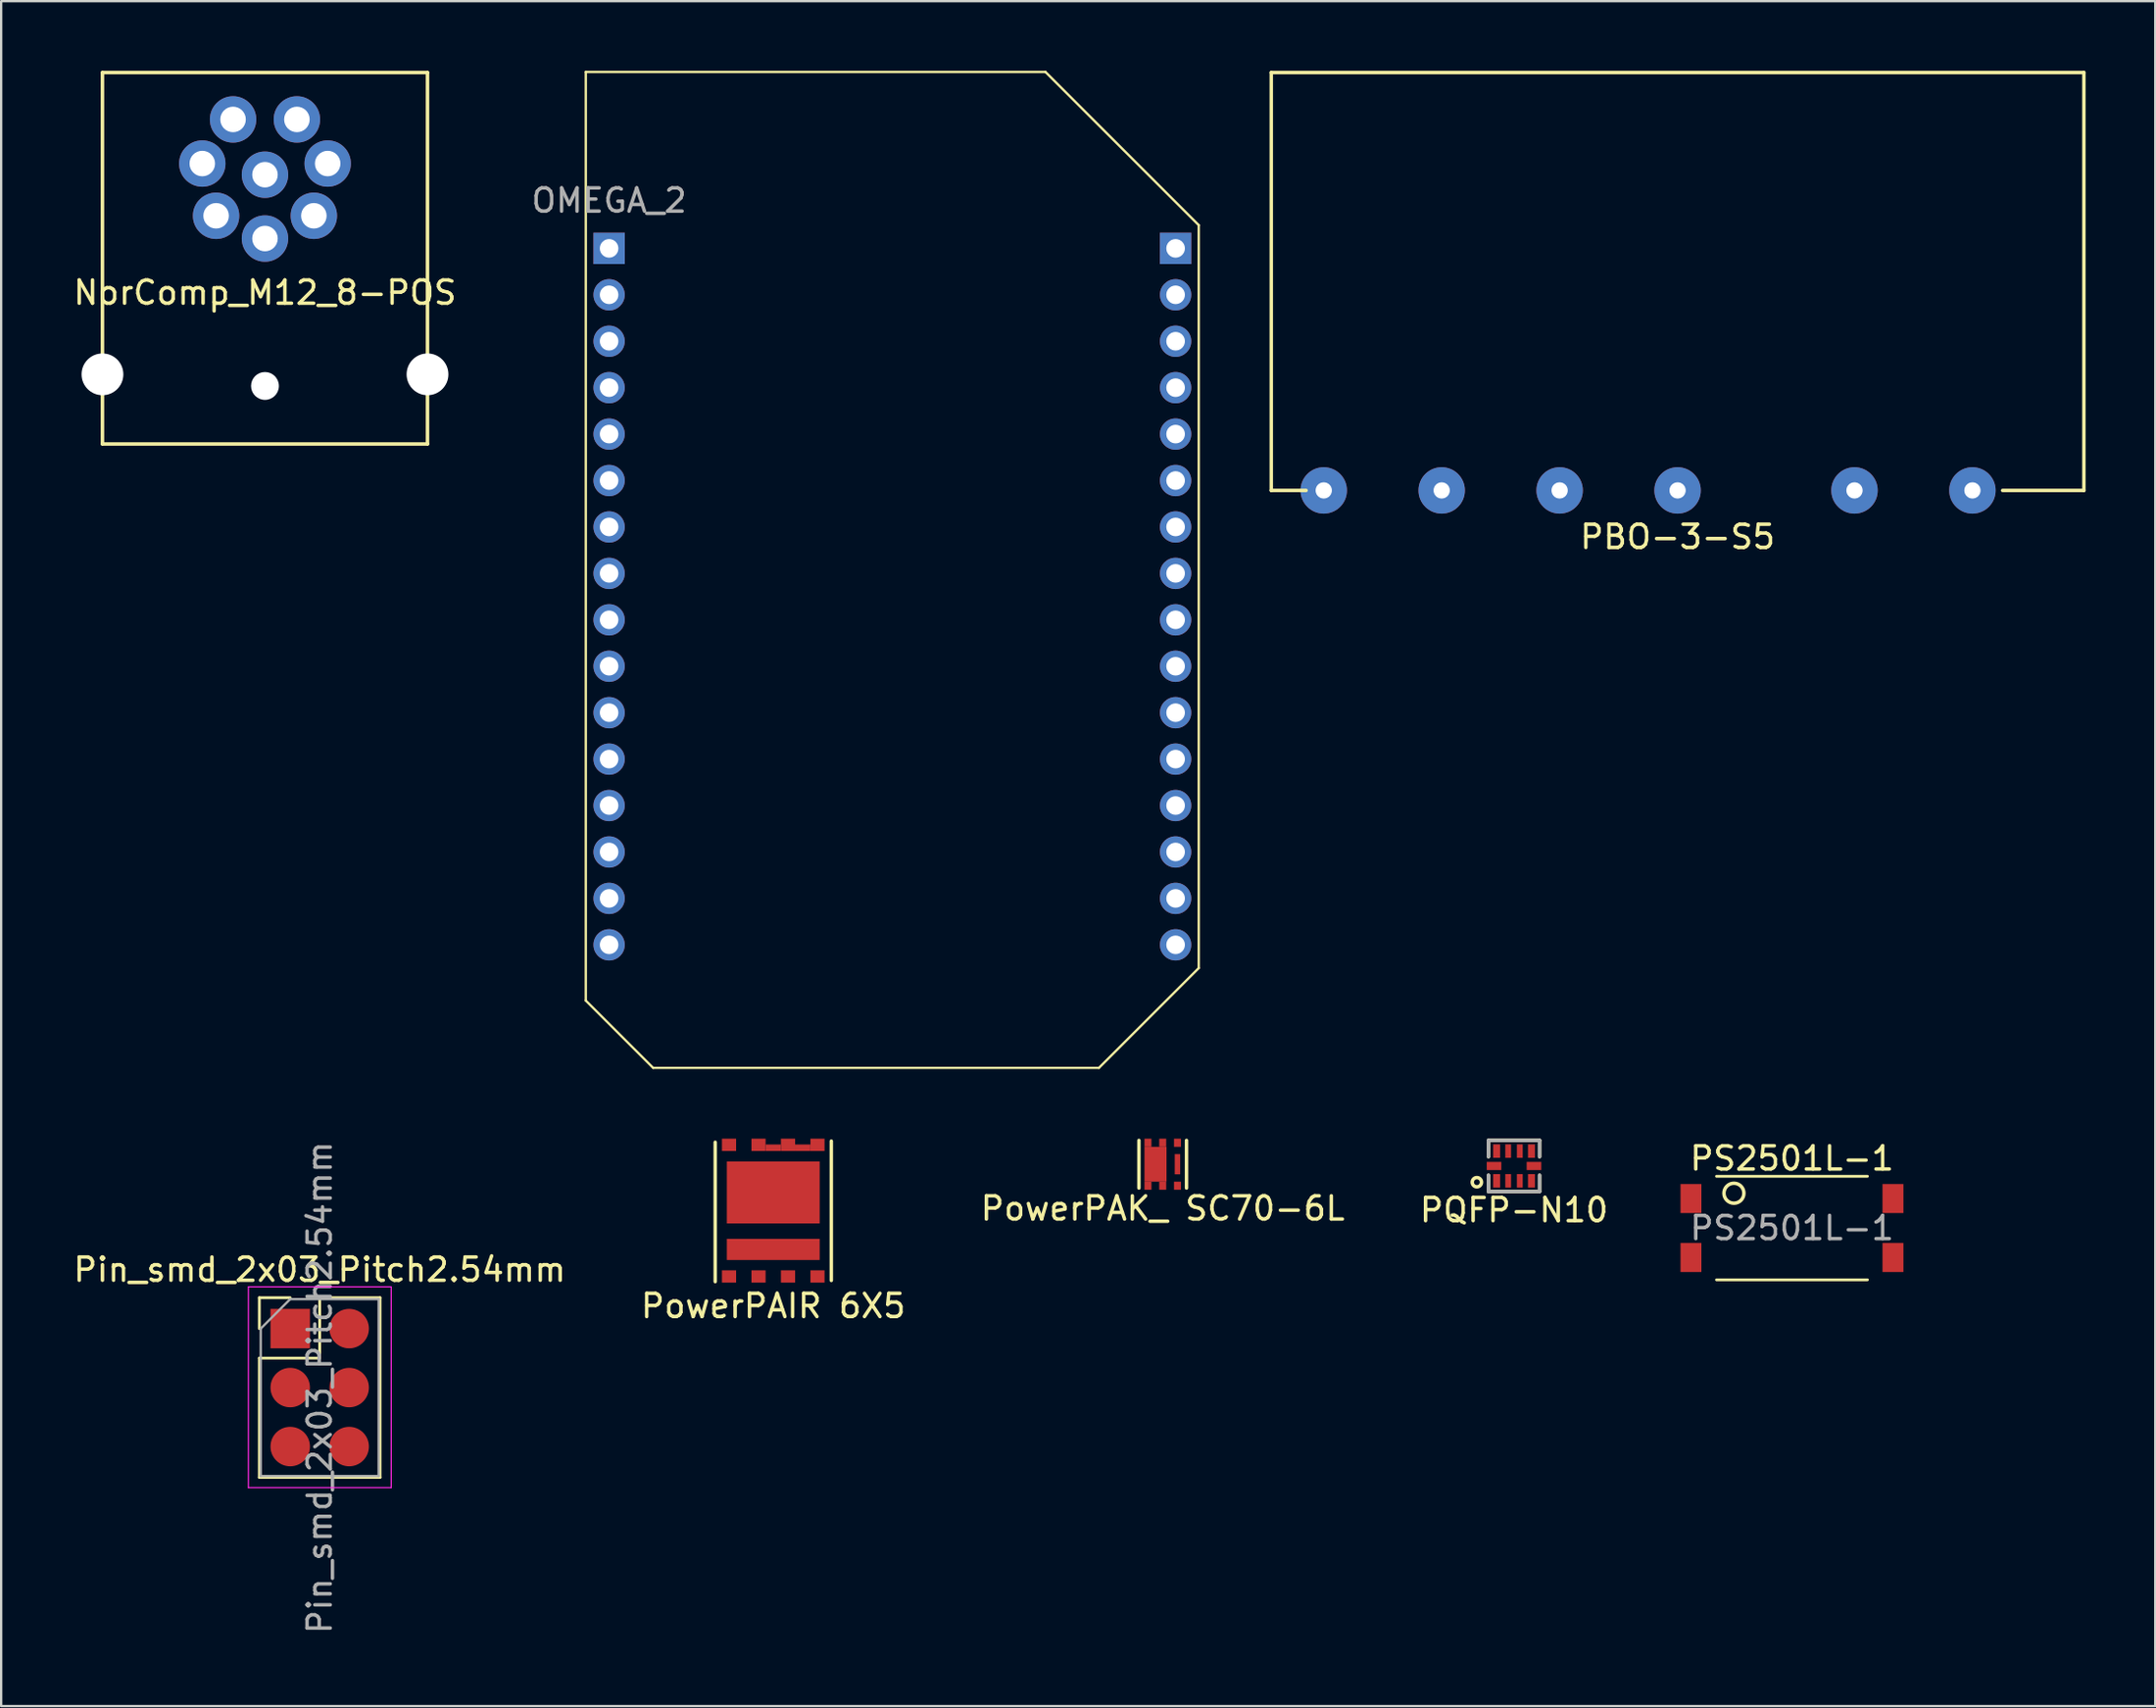
<source format=kicad_pcb>
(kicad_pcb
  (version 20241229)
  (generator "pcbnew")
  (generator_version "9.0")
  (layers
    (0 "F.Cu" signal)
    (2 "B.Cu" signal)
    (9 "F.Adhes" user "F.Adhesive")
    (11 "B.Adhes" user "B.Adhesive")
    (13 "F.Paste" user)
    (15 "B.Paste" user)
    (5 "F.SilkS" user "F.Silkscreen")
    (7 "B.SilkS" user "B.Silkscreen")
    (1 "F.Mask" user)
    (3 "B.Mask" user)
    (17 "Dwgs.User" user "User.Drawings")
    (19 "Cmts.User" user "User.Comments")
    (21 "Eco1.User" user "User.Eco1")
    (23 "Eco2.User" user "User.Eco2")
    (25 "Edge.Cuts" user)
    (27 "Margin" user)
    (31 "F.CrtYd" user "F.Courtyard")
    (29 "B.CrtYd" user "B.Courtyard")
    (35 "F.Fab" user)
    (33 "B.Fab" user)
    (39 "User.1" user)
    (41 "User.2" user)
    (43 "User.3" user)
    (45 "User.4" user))
  (footprint "PS2501L-1"
    (layer "F.Cu")
    (at 74.133 49.849)
    (property "Reference" "PS2501L-1" (at 0 -3 0) (layer "F.SilkS") (effects (font (size 1 1) (thickness 0.15))))
    (attr smd)
    (fp_line (start -3.25 -2.23) (end 3.25 -2.23) (stroke (width 0.12) (type solid)) (layer "F.SilkS"))
    (fp_line (start 3.25 2.23) (end -3.25 2.23) (stroke (width 0.12) (type solid)) (layer "F.SilkS"))
    (fp_circle (center -2.5 -1.5) (end -2.75 -1.15) (stroke (width 0.15) (type solid)) (fill no) (layer "F.SilkS"))
    (fp_text user "${REFERENCE}" (at 0 0 0) (layer "F.Fab") (effects (font (size 1 1) (thickness 0.15))))
    (pad "1" smd rect (at -4.35 -1.27) (size 0.9 1.25) (layers "F.Cu" "F.Mask" "F.Paste"))
    (pad "2" smd rect (at -4.35 1.27) (size 0.9 1.25) (layers "F.Cu" "F.Mask" "F.Paste"))
    (pad "3" smd rect (at 4.35 1.27) (size 0.9 1.25) (layers "F.Cu" "F.Mask" "F.Paste"))
    (pad "4" smd rect (at 4.35 -1.27) (size 0.9 1.25) (layers "F.Cu" "F.Mask" "F.Paste")))
  (footprint "PowerPAIR 6X5"
    (layer "F.Cu")
    (at 30.256 51.935)
    (property "Reference" "PowerPAIR 6X5" (at 0 1.27 0) (layer "F.SilkS") (effects (font (size 1 1) (thickness 0.15))))
    (attr through_hole)
    (fp_line (start -2.5 -5.78) (end -2.5 0.22) (stroke (width 0.15) (type solid)) (layer "F.SilkS"))
    (fp_line (start 2.5 -5.83) (end 2.5 0.17) (stroke (width 0.15) (type solid)) (layer "F.SilkS"))
    (pad "" smd rect (at 0 -5.545) (size 0.66 0.28) (layers "F.Cu" "F.Mask" "F.Paste"))
    (pad "" smd rect (at 1.27 -5.545) (size 0.66 0.28) (layers "F.Cu" "F.Mask" "F.Paste"))
    (pad "1" smd rect (at -1.905 0) (size 0.61 0.53) (layers "F.Cu" "F.Mask" "F.Paste"))
    (pad "2" smd rect (at -0.635 0) (size 0.61 0.53) (layers "F.Cu" "F.Mask" "F.Paste"))
    (pad "3" smd rect (at 0.635 0) (size 0.61 0.53) (layers "F.Cu" "F.Mask" "F.Paste"))
    (pad "4" smd rect (at 0 -1.165) (size 4 0.91) (layers "F.Cu" "F.Mask" "F.Paste"))
    (pad "4" smd rect (at 1.905 0) (size 0.61 0.53) (layers "F.Cu" "F.Mask" "F.Paste"))
    (pad "5" smd rect (at 1.905 -5.67) (size 0.61 0.53) (layers "F.Cu" "F.Mask" "F.Paste"))
    (pad "6" smd rect (at 0.635 -5.67) (size 0.61 0.53) (layers "F.Cu" "F.Mask" "F.Paste"))
    (pad "7" smd rect (at -0.635 -5.67) (size 0.61 0.53) (layers "F.Cu" "F.Mask" "F.Paste"))
    (pad "8" smd rect (at -1.905 -5.67) (size 0.61 0.53) (layers "F.Cu" "F.Mask" "F.Paste"))
    (pad "9" smd rect (at 0 -3.62) (size 4 2.67) (layers "F.Cu" "F.Mask" "F.Paste")))
  (footprint "PowerPAK_ SC70-6L"
    (layer "F.Cu")
    (at 47.03 47.1)
    (property "Reference" "PowerPAK_ SC70-6L" (at 0 1.905 0) (layer "F.SilkS") (effects (font (size 1 1) (thickness 0.15))))
    (attr through_hole)
    (fp_line (start -1.025 1.025) (end -1.025 -1.025) (stroke (width 0.15) (type solid)) (layer "F.SilkS"))
    (fp_line (start 1.025 1.025) (end 1.025 -1.025) (stroke (width 0.15) (type solid)) (layer "F.SilkS"))
    (pad "1" smd rect (at -0.635 -0.925) (size 0.3 0.35) (layers "F.Cu" "F.Mask" "F.Paste"))
    (pad "1" smd rect (at -0.635 0.925) (size 0.3 0.35) (layers "F.Cu" "F.Mask" "F.Paste"))
    (pad "1" smd rect (at -0.31 0) (size 0.95 1.5) (layers "F.Cu" "F.Mask" "F.Paste"))
    (pad "1" smd rect (at 0 -0.925) (size 0.3 0.35) (layers "F.Cu" "F.Mask" "F.Paste"))
    (pad "1" smd rect (at 0 0.925) (size 0.3 0.35) (layers "F.Cu" "F.Mask" "F.Paste"))
    (pad "2" smd rect (at 0.635 -0.925) (size 0.3 0.35) (layers "F.Cu" "F.Mask" "F.Paste"))
    (pad "3" smd rect (at 0.635 0) (size 0.235 0.87) (layers "F.Cu" "F.Mask" "F.Paste"))
    (pad "3" smd rect (at 0.635 0.925) (size 0.3 0.35) (layers "F.Cu" "F.Mask" "F.Paste")))
  (footprint "Pin_smd_2x03_Pitch2.54mm"
    (layer "F.Cu")
    (at 9.45 54.181)
    (property "Reference" "Pin_smd_2x03_Pitch2.54mm" (at 1.27 -2.54 0) (layer "F.SilkS") (effects (font (size 1 1) (thickness 0.15))))
    (attr through_hole)
    (fp_line (start -1.33 -1.33) (end 0 -1.33) (stroke (width 0.12) (type solid)) (layer "F.SilkS"))
    (fp_line (start -1.33 0) (end -1.33 -1.33) (stroke (width 0.12) (type solid)) (layer "F.SilkS"))
    (fp_line (start -1.33 1.27) (end -1.33 6.41) (stroke (width 0.12) (type solid)) (layer "F.SilkS"))
    (fp_line (start -1.33 1.27) (end 1.27 1.27) (stroke (width 0.12) (type solid)) (layer "F.SilkS"))
    (fp_line (start -1.33 6.41) (end 3.87 6.41) (stroke (width 0.12) (type solid)) (layer "F.SilkS"))
    (fp_line (start 1.27 -1.33) (end 3.87 -1.33) (stroke (width 0.12) (type solid)) (layer "F.SilkS"))
    (fp_line (start 1.27 1.27) (end 1.27 -1.33) (stroke (width 0.12) (type solid)) (layer "F.SilkS"))
    (fp_line (start 3.87 -1.33) (end 3.87 6.41) (stroke (width 0.12) (type solid)) (layer "F.SilkS"))
    (fp_line (start -1.8 -1.8) (end -1.8 6.85) (stroke (width 0.05) (type solid)) (layer "F.CrtYd"))
    (fp_line (start -1.8 6.85) (end 4.35 6.85) (stroke (width 0.05) (type solid)) (layer "F.CrtYd"))
    (fp_line (start 4.35 -1.8) (end -1.8 -1.8) (stroke (width 0.05) (type solid)) (layer "F.CrtYd"))
    (fp_line (start 4.35 6.85) (end 4.35 -1.8) (stroke (width 0.05) (type solid)) (layer "F.CrtYd"))
    (fp_line (start -1.27 0) (end 0 -1.27) (stroke (width 0.1) (type solid)) (layer "F.Fab"))
    (fp_line (start -1.27 6.35) (end -1.27 0) (stroke (width 0.1) (type solid)) (layer "F.Fab"))
    (fp_line (start 0 -1.27) (end 3.81 -1.27) (stroke (width 0.1) (type solid)) (layer "F.Fab"))
    (fp_line (start 3.81 -1.27) (end 3.81 6.35) (stroke (width 0.1) (type solid)) (layer "F.Fab"))
    (fp_line (start 3.81 6.35) (end -1.27 6.35) (stroke (width 0.1) (type solid)) (layer "F.Fab"))
    (fp_text user "${REFERENCE}" (at 1.27 2.54 90) (layer "F.Fab") (effects (font (size 1 1) (thickness 0.15))))
    (pad "1" smd rect (at 0 0) (size 1.7 1.7) (layers "F.Cu" "F.Mask"))
    (pad "2" smd oval (at 2.54 0) (size 1.7 1.7) (layers "F.Cu" "F.Mask"))
    (pad "3" smd oval (at 0 2.54) (size 1.7 1.7) (layers "F.Cu" "F.Mask"))
    (pad "4" smd oval (at 2.54 2.54) (size 1.7 1.7) (layers "F.Cu" "F.Mask"))
    (pad "5" smd oval (at 0 5.08) (size 1.7 1.7) (layers "F.Cu" "F.Mask"))
    (pad "6" smd oval (at 2.54 5.08) (size 1.7 1.7) (layers "F.Cu" "F.Mask")))
  (footprint "NorComp_M12_8-POS"
    (layer "F.Cu")
    (at 8.363 4.475)
    (property "Reference" "NorComp_M12_8-POS" (at 0 5.08 0) (layer "F.SilkS") (effects (font (size 1 1) (thickness 0.15))))
    (attr through_hole)
    (fp_line (start -7 -4.4) (end 7 -4.4) (stroke (width 0.15) (type solid)) (layer "F.SilkS"))
    (fp_line (start -7 11.6) (end -7 -4.4) (stroke (width 0.15) (type solid)) (layer "F.SilkS"))
    (fp_line (start -7 11.6) (end 7 11.6) (stroke (width 0.15) (type solid)) (layer "F.SilkS"))
    (fp_line (start 7 11.6) (end 7 -4.4) (stroke (width 0.15) (type solid)) (layer "F.SilkS"))
    (pad "" np_thru_hole circle (at -7 8.6) (size 1.8 1.8) (drill 1.8) (layers "*.Cu" "*.Mask"))
    (pad "" np_thru_hole circle (at 0 9.1) (size 1.2 1.2) (drill 1.2) (layers "*.Cu" "*.Mask"))
    (pad "" np_thru_hole circle (at 7 8.6) (size 1.8 1.8) (drill 1.8) (layers "*.Cu" "*.Mask"))
    (pad "1" thru_hole circle (at 0 0) (size 2 2) (drill 1.1) (layers "*.Cu" "*.Mask"))
    (pad "2" thru_hole circle (at 2.7 -0.48) (size 2 2) (drill 1.1) (layers "*.Cu" "*.Mask"))
    (pad "3" thru_hole circle (at 1.375 -2.38) (size 2 2) (drill 1.1) (layers "*.Cu" "*.Mask"))
    (pad "4" thru_hole circle (at -1.375 -2.38) (size 2 2) (drill 1.1) (layers "*.Cu" "*.Mask"))
    (pad "5" thru_hole circle (at -2.7 -0.48) (size 2 2) (drill 1.1) (layers "*.Cu" "*.Mask"))
    (pad "6" thru_hole circle (at -2.105 1.77) (size 2 2) (drill 1.1) (layers "*.Cu" "*.Mask"))
    (pad "7" thru_hole circle (at 2.105 1.77) (size 2 2) (drill 1.1) (layers "*.Cu" "*.Mask"))
    (pad "8" thru_hole circle (at 0 2.75) (size 2 2) (drill 1.1) (layers "*.Cu" "*.Mask")))
  (footprint "PQFP-N10"
    (layer "F.Cu")
    (at 62.161 47.175)
    (property "Reference" "PQFP-N10" (at 0 1.9 0) (layer "F.SilkS") (effects (font (size 1 1) (thickness 0.15))))
    (attr through_hole)
    (fp_line (start -1.1 -1.1) (end 1.1 -1.1) (stroke (width 0.15) (type solid)) (layer "F.SilkS"))
    (fp_line (start -1.1 -0.4) (end -1.1 -1.1) (stroke (width 0.15) (type solid)) (layer "F.SilkS"))
    (fp_line (start -1.1 1.1) (end -1.1 0.4) (stroke (width 0.15) (type solid)) (layer "F.SilkS"))
    (fp_line (start 1.1 -1.1) (end 1.1 -0.4) (stroke (width 0.15) (type solid)) (layer "F.SilkS"))
    (fp_line (start 1.1 0.4) (end 1.1 1.1) (stroke (width 0.15) (type solid)) (layer "F.SilkS"))
    (fp_line (start 1.1 1.1) (end -1.1 1.1) (stroke (width 0.15) (type solid)) (layer "F.SilkS"))
    (fp_circle (center -1.6 0.7) (end -1.4 0.7) (stroke (width 0.15) (type solid)) (fill no) (layer "F.SilkS"))
    (fp_line (start -1.1 -1.1) (end -1.1 -0.4) (stroke (width 0.15) (type solid)) (layer "F.Fab"))
    (fp_line (start -1.1 0.4) (end -1.1 1.1) (stroke (width 0.15) (type solid)) (layer "F.Fab"))
    (fp_line (start -1.1 1.1) (end 1.1 1.1) (stroke (width 0.15) (type solid)) (layer "F.Fab"))
    (fp_line (start 1.1 -1.1) (end -1.1 -1.1) (stroke (width 0.15) (type solid)) (layer "F.Fab"))
    (fp_line (start 1.1 -0.4) (end 1.1 -1.1) (stroke (width 0.15) (type solid)) (layer "F.Fab"))
    (fp_line (start 1.1 1.1) (end 1.1 0.4) (stroke (width 0.15) (type solid)) (layer "F.Fab"))
    (pad "1" smd rect (at -0.75 0.64) (size 0.3 0.58) (layers "F.Cu" "F.Mask" "F.Paste"))
    (pad "2" smd rect (at -0.25 0.64) (size 0.25 0.58) (layers "F.Cu" "F.Mask" "F.Paste"))
    (pad "3" smd rect (at 0.25 0.64) (size 0.25 0.58) (layers "F.Cu" "F.Mask" "F.Paste"))
    (pad "4" smd rect (at 0.75 0.64) (size 0.3 0.58) (layers "F.Cu" "F.Mask" "F.Paste"))
    (pad "5" smd rect (at 0.86 0 90) (size 0.35 0.63) (layers "F.Cu" "F.Mask" "F.Paste"))
    (pad "6" smd rect (at 0.75 -0.64) (size 0.3 0.58) (layers "F.Cu" "F.Mask" "F.Paste"))
    (pad "7" smd rect (at 0.25 -0.64) (size 0.25 0.58) (layers "F.Cu" "F.Mask" "F.Paste"))
    (pad "8" smd rect (at -0.25 -0.64) (size 0.25 0.58) (layers "F.Cu" "F.Mask" "F.Paste"))
    (pad "9" smd rect (at -0.75 -0.64) (size 0.3 0.58) (layers "F.Cu" "F.Mask" "F.Paste"))
    (pad "10" smd rect (at -0.86 0 90) (size 0.35 0.63) (layers "F.Cu" "F.Mask" "F.Paste")))
  (footprint "OMEGA_2"
    (layer "F.Cu")
    (at 23.185 7.649)
    (property "Reference" "OMEGA_2" (at 0 -2.06 0) (layer "F.Fab") (effects (font (size 1 1) (thickness 0.15))))
    (attr through_hole)
    (fp_line (start -1.004 -7.599) (end 18.795 -7.599) (stroke (width 0.1) (type solid)) (layer "F.SilkS"))
    (fp_line (start -1.004 32.401) (end -1.004 -7.599) (stroke (width 0.1) (type solid)) (layer "F.SilkS"))
    (fp_line (start 1.897 35.301) (end -1.004 32.401) (stroke (width 0.1) (type solid)) (layer "F.SilkS"))
    (fp_line (start 18.795 -7.599) (end 25.397 -1) (stroke (width 0.1) (type solid)) (layer "F.SilkS"))
    (fp_line (start 21.097 35.301) (end 1.897 35.301) (stroke (width 0.1) (type solid)) (layer "F.SilkS"))
    (fp_line (start 25.397 -1) (end 25.397 31.001) (stroke (width 0.1) (type solid)) (layer "F.SilkS"))
    (fp_line (start 25.397 31.001) (end 21.097 35.301) (stroke (width 0.1) (type solid)) (layer "F.SilkS"))
    (pad "1" thru_hole rect (at 0 0) (size 1.35 1.35) (drill 0.8) (layers "*.Cu" "*.Mask"))
    (pad "2" thru_hole oval (at 0 2) (size 1.35 1.35) (drill 0.8) (layers "*.Cu" "*.Mask"))
    (pad "3" thru_hole oval (at 0 4) (size 1.35 1.35) (drill 0.8) (layers "*.Cu" "*.Mask"))
    (pad "4" thru_hole oval (at 0 6) (size 1.35 1.35) (drill 0.8) (layers "*.Cu" "*.Mask"))
    (pad "5" thru_hole oval (at 0 8) (size 1.35 1.35) (drill 0.8) (layers "*.Cu" "*.Mask"))
    (pad "6" thru_hole oval (at 0 10) (size 1.35 1.35) (drill 0.8) (layers "*.Cu" "*.Mask"))
    (pad "7" thru_hole oval (at 0 12) (size 1.35 1.35) (drill 0.8) (layers "*.Cu" "*.Mask"))
    (pad "8" thru_hole oval (at 0 14) (size 1.35 1.35) (drill 0.8) (layers "*.Cu" "*.Mask"))
    (pad "9" thru_hole oval (at 0 16) (size 1.35 1.35) (drill 0.8) (layers "*.Cu" "*.Mask"))
    (pad "10" thru_hole oval (at 0 18) (size 1.35 1.35) (drill 0.8) (layers "*.Cu" "*.Mask"))
    (pad "11" thru_hole oval (at 0 20) (size 1.35 1.35) (drill 0.8) (layers "*.Cu" "*.Mask"))
    (pad "12" thru_hole oval (at 0 22) (size 1.35 1.35) (drill 0.8) (layers "*.Cu" "*.Mask"))
    (pad "13" thru_hole oval (at 0 24) (size 1.35 1.35) (drill 0.8) (layers "*.Cu" "*.Mask"))
    (pad "14" thru_hole oval (at 0 26) (size 1.35 1.35) (drill 0.8) (layers "*.Cu" "*.Mask"))
    (pad "15" thru_hole oval (at 0 28) (size 1.35 1.35) (drill 0.8) (layers "*.Cu" "*.Mask"))
    (pad "16" thru_hole oval (at 0 30) (size 1.35 1.35) (drill 0.8) (layers "*.Cu" "*.Mask"))
    (pad "17" thru_hole oval (at 24.4 30) (size 1.35 1.35) (drill 0.8) (layers "*.Cu" "*.Mask"))
    (pad "18" thru_hole oval (at 24.4 28) (size 1.35 1.35) (drill 0.8) (layers "*.Cu" "*.Mask"))
    (pad "19" thru_hole oval (at 24.4 26) (size 1.35 1.35) (drill 0.8) (layers "*.Cu" "*.Mask"))
    (pad "20" thru_hole oval (at 24.4 24) (size 1.35 1.35) (drill 0.8) (layers "*.Cu" "*.Mask"))
    (pad "21" thru_hole oval (at 24.4 22) (size 1.35 1.35) (drill 0.8) (layers "*.Cu" "*.Mask"))
    (pad "22" thru_hole oval (at 24.4 20) (size 1.35 1.35) (drill 0.8) (layers "*.Cu" "*.Mask"))
    (pad "23" thru_hole oval (at 24.4 18) (size 1.35 1.35) (drill 0.8) (layers "*.Cu" "*.Mask"))
    (pad "24" thru_hole oval (at 24.4 16) (size 1.35 1.35) (drill 0.8) (layers "*.Cu" "*.Mask"))
    (pad "25" thru_hole oval (at 24.4 14) (size 1.35 1.35) (drill 0.8) (layers "*.Cu" "*.Mask"))
    (pad "26" thru_hole oval (at 24.4 12) (size 1.35 1.35) (drill 0.8) (layers "*.Cu" "*.Mask"))
    (pad "27" thru_hole oval (at 24.4 10) (size 1.35 1.35) (drill 0.8) (layers "*.Cu" "*.Mask"))
    (pad "28" thru_hole oval (at 24.4 8) (size 1.35 1.35) (drill 0.8) (layers "*.Cu" "*.Mask"))
    (pad "29" thru_hole oval (at 24.4 6) (size 1.35 1.35) (drill 0.8) (layers "*.Cu" "*.Mask"))
    (pad "30" thru_hole oval (at 24.4 4) (size 1.35 1.35) (drill 0.8) (layers "*.Cu" "*.Mask"))
    (pad "31" thru_hole oval (at 24.4 2) (size 1.35 1.35) (drill 0.8) (layers "*.Cu" "*.Mask"))
    (pad "32" thru_hole rect (at 24.4 0) (size 1.35 1.35) (drill 0.8) (layers "*.Cu" "*.Mask")))
  (footprint "PBO-3-S5"
    (layer "F.Cu")
    (at 69.206 18.075)
    (property "Reference" "PBO-3-S5" (at 0 2 0) (layer "F.SilkS") (effects (font (size 1 1) (thickness 0.15))))
    (attr through_hole)
    (fp_line (start -17.5 0) (end -17.5 -18) (stroke (width 0.15) (type solid)) (layer "F.SilkS"))
    (fp_line (start -16 0) (end -17.5 0) (stroke (width 0.15) (type solid)) (layer "F.SilkS"))
    (fp_line (start 17.5 -18) (end -17.5 -18) (stroke (width 0.15) (type solid)) (layer "F.SilkS"))
    (fp_line (start 17.5 -18) (end 17.5 0) (stroke (width 0.15) (type solid)) (layer "F.SilkS"))
    (fp_line (start 17.5 0) (end 14 0) (stroke (width 0.15) (type solid)) (layer "F.SilkS"))
    (pad "1" thru_hole circle (at -15.24 0) (size 2 2) (drill 0.7) (layers "*.Cu" "*.Mask"))
    (pad "3" thru_hole circle (at -10.16 0) (size 2 2) (drill 0.7) (layers "*.Cu" "*.Mask"))
    (pad "5" thru_hole circle (at -5.08 0) (size 2 2) (drill 0.7) (layers "*.Cu" "*.Mask"))
    (pad "7" thru_hole circle (at 0 0) (size 2 2) (drill 0.7) (layers "*.Cu" "*.Mask"))
    (pad "10" thru_hole circle (at 7.62 0) (size 2 2) (drill 0.7) (layers "*.Cu" "*.Mask"))
    (pad "12" thru_hole circle (at 12.7 0) (size 2 2) (drill 0.7) (layers "*.Cu" "*.Mask")))
  (gr_rect
    (start -3 -3)
    (end 89.781 70.441)
    (stroke (width 0.1) (type default))
    (fill no)
    (layer "Edge.Cuts")))
</source>
